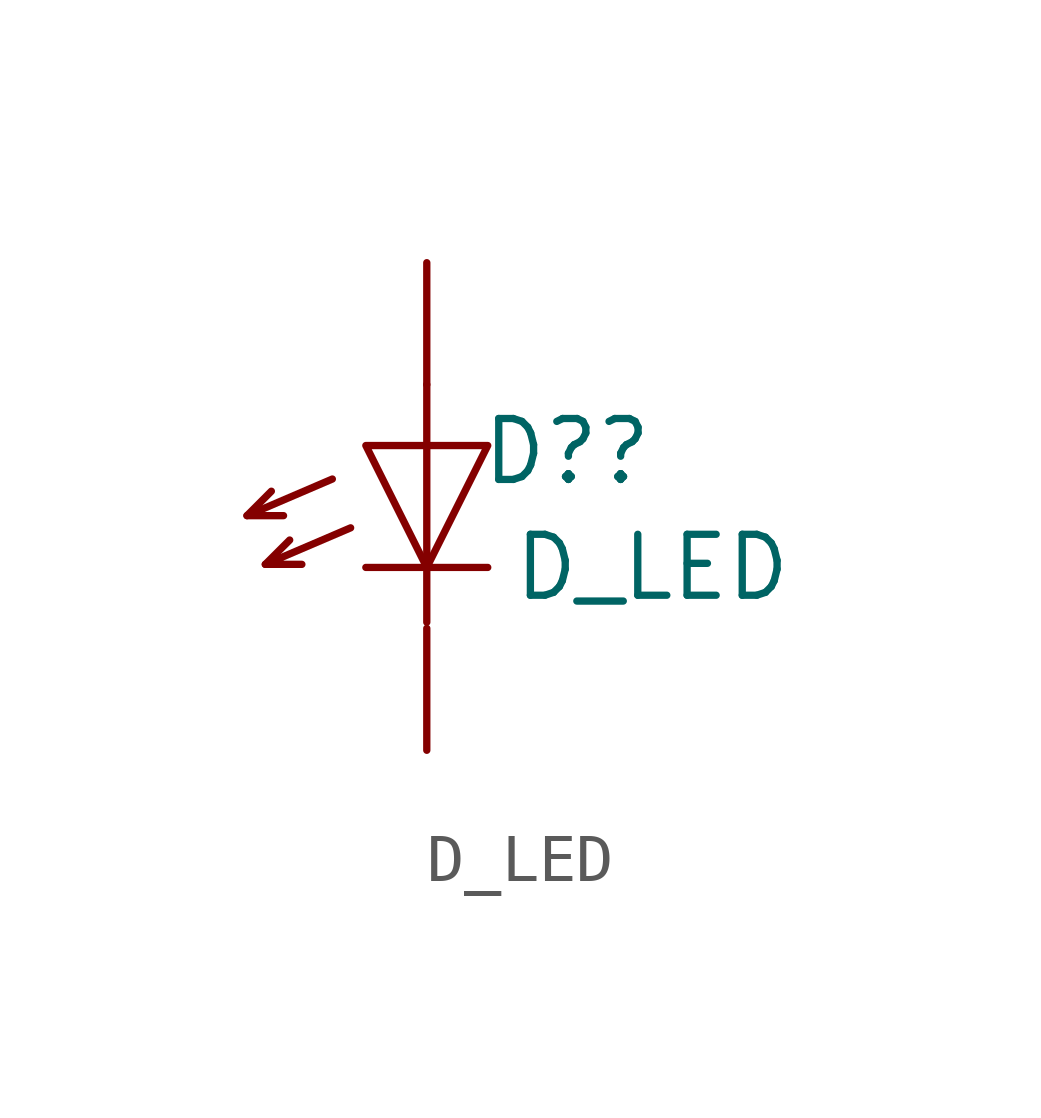
<source format=kicad_sym>
(kicad_symbol_lib
  (version 20220914)
  (generator kicad_symbol_editor)
  (symbol "D_LED"
    (pin_numbers hide)
    (pin_names hide)
    (property "Reference" "D?"
      (at 2.921 1.143 0)
      (effects (font (size 1.27 1.27))))
    (property "Value" "D_LED"
      (at 4.699 -1.27 0)
      (effects (font (size 1.27 1.27))))
    (symbol "D_LED_0_1"
      (polyline (pts (xy -3.747 -0.191) (xy -3.239 0.318)) (stroke (width 0) (type default)) (fill (type none)))
      (polyline (pts (xy -3.365 -1.206) (xy -2.857 -0.699)) (stroke (width 0) (type default)) (fill (type none)))
      (polyline (pts (xy 0 2.54) (xy 0 -2.413)) (stroke (width 0) (type default)) (fill (type none)))
      (polyline (pts (xy 1.27 -1.27) (xy -1.27 -1.27)) (stroke (width 0) (type default)) (fill (type none)))
      (polyline (pts (xy -1.968 0.572) (xy -3.747 -0.191) (xy -2.985 -0.191)) (stroke (width 0) (type default)) (fill (type none)))
      (polyline (pts (xy -1.587 -0.445) (xy -3.365 -1.206) (xy -2.603 -1.206)) (stroke (width 0) (type default)) (fill (type none)))
      (polyline (pts (xy 0 -1.27) (xy 1.27 1.27) (xy -1.27 1.27) (xy 0 -1.27)) (stroke (width 0) (type default)) (fill (type none))))
    (symbol "D_LED_1_1"
      (pin passive line (at 0 5.08 270) (length 2.54) (name "A" (effects (font (size 1.27 1.27)))) (number "A" (effects (font (size 1.27 1.27)))))
      (pin passive line (at 0 -5.08 90) (length 2.54) (name "K" (effects (font (size 1.27 1.27)))) (number "K" (effects (font (size 1.27 1.27))))))))
</source>
